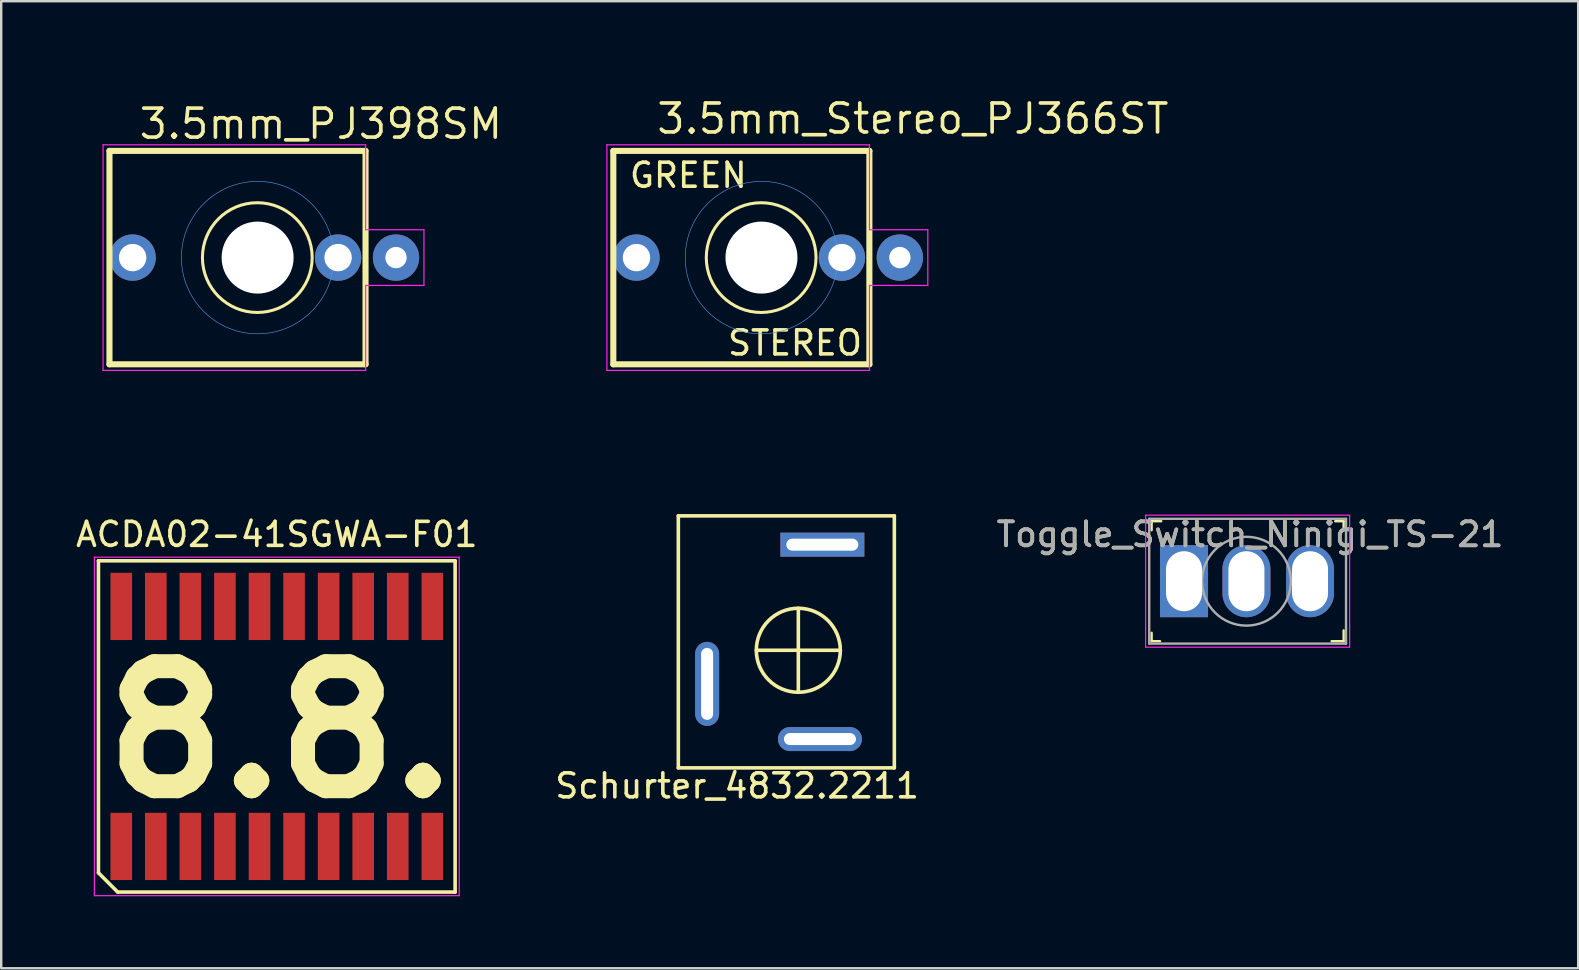
<source format=kicad_pcb>
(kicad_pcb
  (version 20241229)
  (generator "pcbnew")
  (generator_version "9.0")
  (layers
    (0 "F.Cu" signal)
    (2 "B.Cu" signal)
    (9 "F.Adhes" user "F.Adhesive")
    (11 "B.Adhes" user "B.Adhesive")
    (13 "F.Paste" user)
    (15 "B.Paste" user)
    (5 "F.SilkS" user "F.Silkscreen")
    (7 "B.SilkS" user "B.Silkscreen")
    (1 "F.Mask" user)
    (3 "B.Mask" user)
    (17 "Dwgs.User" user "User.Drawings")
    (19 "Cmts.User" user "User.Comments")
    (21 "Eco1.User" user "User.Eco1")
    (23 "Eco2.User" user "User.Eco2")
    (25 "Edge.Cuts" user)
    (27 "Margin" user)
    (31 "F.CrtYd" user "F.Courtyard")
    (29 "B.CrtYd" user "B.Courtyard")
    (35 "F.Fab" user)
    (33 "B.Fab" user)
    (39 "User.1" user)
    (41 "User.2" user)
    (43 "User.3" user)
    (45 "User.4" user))
  (footprint "3.5mm_PJ398SM"
    (layer "F.Cu")
    (at 7.683 7.682)
    (property "Reference" "3.5mm_PJ398SM" (at -5.017 -4.866 0) (layer "F.SilkS") (effects (font (size 1.206 1.206) (thickness 0.152)) (justify left bottom)))
    (attr through_hole)
    (fp_line (start -6.172 -4.445) (end -6.172 4.445) (stroke (width 0.254) (type solid)) (layer "F.SilkS"))
    (fp_line (start -6.172 4.445) (end 4.496 4.445) (stroke (width 0.254) (type solid)) (layer "F.SilkS"))
    (fp_line (start 4.496 -4.445) (end -6.172 -4.445) (stroke (width 0.254) (type solid)) (layer "F.SilkS"))
    (fp_line (start 4.496 4.445) (end 4.496 -4.445) (stroke (width 0.254) (type solid)) (layer "F.SilkS"))
    (fp_circle (center -0.013 0) (end 2.273 0) (stroke (width 0.127) (type solid)) (fill no) (layer "F.SilkS"))
    (fp_circle (center 0 0) (end 3.175 0) (stroke (width 0.025) (type solid)) (fill no) (layer "Cmts.User"))
    (fp_circle (center 0.000163 0.002) (end 7.62 0.002) (stroke (width 0.127) (type solid)) (fill no) (layer "Eco1.User"))
    (fp_line (start -6.44 -4.7) (end -6.44 4.7) (stroke (width 0.05) (type solid)) (layer "F.CrtYd"))
    (fp_line (start -6.44 -4.7) (end 4.5 -4.7) (stroke (width 0.05) (type solid)) (layer "F.CrtYd"))
    (fp_line (start -6.44 4.7) (end 4.5 4.7) (stroke (width 0.05) (type solid)) (layer "F.CrtYd"))
    (fp_line (start 4.5 -4.7) (end 4.5 -1.16) (stroke (width 0.05) (type solid)) (layer "F.CrtYd"))
    (fp_line (start 4.5 -1.16) (end 6.93 -1.16) (stroke (width 0.05) (type solid)) (layer "F.CrtYd"))
    (fp_line (start 4.5 1.16) (end 4.5 4.7) (stroke (width 0.05) (type solid)) (layer "F.CrtYd"))
    (fp_line (start 6.93 -1.16) (end 6.93 1.16) (stroke (width 0.05) (type solid)) (layer "F.CrtYd"))
    (fp_line (start 6.93 1.16) (end 4.5 1.16) (stroke (width 0.05) (type solid)) (layer "F.CrtYd"))
    (pad "" np_thru_hole circle (at 0 0) (size 3 3) (drill 3) (layers "*.Cu" "*.Mask"))
    (pad "S" thru_hole circle (at 5.766 0) (size 1.93 1.93) (drill 0.889) (layers "*.Cu" "*.Mask"))
    (pad "T" thru_hole circle (at -5.207 0) (size 1.93 1.93) (drill 1.143) (layers "*.Cu" "*.Mask"))
    (pad "TN" thru_hole circle (at 3.353 0) (size 1.93 1.93) (drill 1.143) (layers "*.Cu" "*.Mask")))
  (footprint "Toggle_Switch_Ninigi_TS-21"
    (layer "F.Cu")
    (at 46.28 21.165)
    (property "Reference" "Toggle_Switch_Ninigi_TS-21" (at 2.75 -1.95 0) (layer "F.SilkS") (effects (font (size 1 1) (thickness 0.15))))
    (attr through_hole)
    (fp_line (start -1.35 -2.5) (end -1.35 -2.125) (stroke (width 0.1) (type solid)) (layer "F.SilkS"))
    (fp_line (start -1.35 -2.5) (end -0.95 -2.5) (stroke (width 0.1) (type solid)) (layer "F.SilkS"))
    (fp_line (start -1.35 2.5) (end -1.35 2.15) (stroke (width 0.1) (type solid)) (layer "F.SilkS"))
    (fp_line (start -1.35 2.5) (end -1 2.5) (stroke (width 0.1) (type solid)) (layer "F.SilkS"))
    (fp_line (start 6.3 -2.5) (end 6.65 -2.5) (stroke (width 0.1) (type solid)) (layer "F.SilkS"))
    (fp_line (start 6.65 -2.5) (end 6.65 -2.2) (stroke (width 0.1) (type solid)) (layer "F.SilkS"))
    (fp_line (start 6.65 2.5) (end 6.15 2.5) (stroke (width 0.1) (type solid)) (layer "F.SilkS"))
    (fp_line (start 6.65 2.5) (end 6.65 2.05) (stroke (width 0.1) (type solid)) (layer "F.SilkS"))
    (fp_line (start -1.6 -2.75) (end 6.9 -2.75) (stroke (width 0.05) (type solid)) (layer "F.CrtYd"))
    (fp_line (start -1.6 2.75) (end -1.6 -2.75) (stroke (width 0.05) (type solid)) (layer "F.CrtYd"))
    (fp_line (start 6.9 -2.75) (end 6.9 2.75) (stroke (width 0.05) (type solid)) (layer "F.CrtYd"))
    (fp_line (start 6.9 2.75) (end -1.6 2.75) (stroke (width 0.05) (type solid)) (layer "F.CrtYd"))
    (fp_line (start -1.45 -2.6) (end -1.45 2.6) (stroke (width 0.1) (type solid)) (layer "F.Fab"))
    (fp_line (start -1.45 -2.6) (end 6.75 -2.6) (stroke (width 0.1) (type solid)) (layer "F.Fab"))
    (fp_line (start -1.45 2.6) (end 6.75 2.6) (stroke (width 0.1) (type solid)) (layer "F.Fab"))
    (fp_line (start 6.75 2.6) (end 6.75 -2.6) (stroke (width 0.1) (type solid)) (layer "F.Fab"))
    (fp_circle (center 2.6 0) (end 4.45 0) (stroke (width 0.1) (type solid)) (fill no) (layer "F.Fab"))
    (fp_text user "${REFERENCE}" (at 2.75 -1.95 0) (layer "F.Fab") (effects (font (size 1 1) (thickness 0.15))))
    (pad "1" thru_hole rect (at 0 0) (size 2 3) (drill oval 1.5 2.5) (layers "*.Cu" "*.Mask"))
    (pad "2" thru_hole oval (at 2.6 0) (size 2 3) (drill oval 1.5 2.5) (layers "*.Cu" "*.Mask"))
    (pad "3" thru_hole oval (at 5.25 0) (size 2 3) (drill oval 1.5 2.5) (layers "*.Cu" "*.Mask")))
  (footprint "ACDA02-41SGWA-F01"
    (layer "F.Cu")
    (at 1.497 32.295)
    (property "Reference" "ACDA02-41SGWA-F01" (at 6.985 -13.08 180) (layer "F.SilkS") (effects (font (size 1 1) (thickness 0.15))))
    (attr smd)
    (fp_line (start -0.445 -11.98) (end 14.415 -11.98) (stroke (width 0.15) (type solid)) (layer "F.SilkS"))
    (fp_line (start -0.445 1.02) (end -0.445 -11.98) (stroke (width 0.15) (type solid)) (layer "F.SilkS"))
    (fp_line (start 0.355 1.82) (end -0.445 1.02) (stroke (width 0.15) (type solid)) (layer "F.SilkS"))
    (fp_line (start 14.415 -11.98) (end 14.415 1.82) (stroke (width 0.15) (type solid)) (layer "F.SilkS"))
    (fp_line (start 14.415 1.82) (end 0.355 1.82) (stroke (width 0.15) (type solid)) (layer "F.SilkS"))
    (fp_line (start -0.615 -12.13) (end 14.585 -12.13) (stroke (width 0.05) (type solid)) (layer "F.CrtYd"))
    (fp_line (start -0.615 1.97) (end -0.615 -12.13) (stroke (width 0.05) (type solid)) (layer "F.CrtYd"))
    (fp_line (start 14.585 -12.13) (end 14.585 1.97) (stroke (width 0.05) (type solid)) (layer "F.CrtYd"))
    (fp_line (start 14.585 1.97) (end -0.615 1.97) (stroke (width 0.05) (type solid)) (layer "F.CrtYd"))
    (fp_text user "8.8." (at 7.125 -4.85 0) (layer "F.SilkS") (effects (font (size 5 5) (thickness 1))))
    (pad "1" smd rect (at 0.505 -0.08) (size 0.9 2.8) (layers "F.Cu" "F.Mask" "F.Paste"))
    (pad "2" smd rect (at 1.945 -0.08) (size 0.9 2.8) (layers "F.Cu" "F.Mask" "F.Paste"))
    (pad "3" smd rect (at 3.385 -0.08) (size 0.9 2.8) (layers "F.Cu" "F.Mask" "F.Paste"))
    (pad "4" smd rect (at 4.825 -0.08) (size 0.9 2.8) (layers "F.Cu" "F.Mask" "F.Paste"))
    (pad "5" smd rect (at 6.265 -0.08) (size 0.9 2.8) (layers "F.Cu" "F.Mask" "F.Paste"))
    (pad "6" smd rect (at 7.705 -0.08) (size 0.9 2.8) (layers "F.Cu" "F.Mask" "F.Paste"))
    (pad "7" smd rect (at 9.145 -0.08) (size 0.9 2.8) (layers "F.Cu" "F.Mask" "F.Paste"))
    (pad "8" smd rect (at 10.585 -0.08) (size 0.9 2.8) (layers "F.Cu" "F.Mask" "F.Paste"))
    (pad "9" smd rect (at 12.025 -0.08) (size 0.9 2.8) (layers "F.Cu" "F.Mask" "F.Paste"))
    (pad "10" smd rect (at 13.465 -0.08) (size 0.9 2.8) (layers "F.Cu" "F.Mask" "F.Paste"))
    (pad "11" smd rect (at 13.465 -10.08) (size 0.9 2.8) (layers "F.Cu" "F.Mask" "F.Paste"))
    (pad "12" smd rect (at 12.025 -10.08) (size 0.9 2.8) (layers "F.Cu" "F.Mask" "F.Paste"))
    (pad "13" smd rect (at 10.585 -10.08) (size 0.9 2.8) (layers "F.Cu" "F.Mask" "F.Paste"))
    (pad "14" smd rect (at 9.145 -10.08) (size 0.9 2.8) (layers "F.Cu" "F.Mask" "F.Paste"))
    (pad "15" smd rect (at 7.705 -10.08) (size 0.9 2.8) (layers "F.Cu" "F.Mask" "F.Paste"))
    (pad "16" smd rect (at 6.265 -10.08) (size 0.9 2.8) (layers "F.Cu" "F.Mask" "F.Paste"))
    (pad "17" smd rect (at 4.825 -10.08) (size 0.9 2.8) (layers "F.Cu" "F.Mask" "F.Paste"))
    (pad "18" smd rect (at 3.385 -10.08) (size 0.9 2.8) (layers "F.Cu" "F.Mask" "F.Paste"))
    (pad "19" smd rect (at 1.945 -10.08) (size 0.9 2.8) (layers "F.Cu" "F.Mask" "F.Paste"))
    (pad "20" smd rect (at 0.505 -10.08) (size 0.9 2.8) (layers "F.Cu" "F.Mask" "F.Paste")))
  (footprint "3.5mm_Stereo_PJ366ST"
    (layer "F.Cu")
    (at 28.675 7.682)
    (property "Reference" "3.5mm_Stereo_PJ366ST" (at -4.445 -5.08 0) (layer "F.SilkS") (effects (font (size 1.206 1.206) (thickness 0.152)) (justify left bottom)))
    (attr through_hole)
    (fp_line (start -6.172 -4.445) (end -6.172 4.445) (stroke (width 0.254) (type solid)) (layer "F.SilkS"))
    (fp_line (start -6.172 4.445) (end 4.496 4.445) (stroke (width 0.254) (type solid)) (layer "F.SilkS"))
    (fp_line (start 4.496 -4.445) (end -6.172 -4.445) (stroke (width 0.254) (type solid)) (layer "F.SilkS"))
    (fp_line (start 4.496 4.445) (end 4.496 -4.445) (stroke (width 0.254) (type solid)) (layer "F.SilkS"))
    (fp_circle (center -0.013 0) (end 2.273 0) (stroke (width 0.127) (type solid)) (fill no) (layer "F.SilkS"))
    (fp_circle (center 0 0) (end 3.175 0) (stroke (width 0.025) (type solid)) (fill no) (layer "Cmts.User"))
    (fp_circle (center 0.000163 0.002) (end 7.62 0.002) (stroke (width 0.127) (type solid)) (fill no) (layer "Eco1.User"))
    (fp_line (start -6.44 -4.7) (end -6.44 4.7) (stroke (width 0.05) (type solid)) (layer "F.CrtYd"))
    (fp_line (start -6.44 -4.7) (end 4.5 -4.7) (stroke (width 0.05) (type solid)) (layer "F.CrtYd"))
    (fp_line (start -6.44 4.7) (end 4.5 4.7) (stroke (width 0.05) (type solid)) (layer "F.CrtYd"))
    (fp_line (start 4.5 -4.7) (end 4.5 -1.16) (stroke (width 0.05) (type solid)) (layer "F.CrtYd"))
    (fp_line (start 4.5 -1.16) (end 6.93 -1.16) (stroke (width 0.05) (type solid)) (layer "F.CrtYd"))
    (fp_line (start 4.5 1.16) (end 4.5 4.7) (stroke (width 0.05) (type solid)) (layer "F.CrtYd"))
    (fp_line (start 6.93 -1.16) (end 6.93 1.16) (stroke (width 0.05) (type solid)) (layer "F.CrtYd"))
    (fp_line (start 6.93 1.16) (end 4.5 1.16) (stroke (width 0.05) (type solid)) (layer "F.CrtYd"))
    (fp_text user "STEREO" (at 1.397 3.556 0) (layer "F.SilkS") (effects (font (size 1 1) (thickness 0.15))))
    (fp_text user "GREEN" (at -3.048 -3.429 0) (layer "F.SilkS") (effects (font (size 1 1) (thickness 0.15))))
    (pad "" np_thru_hole circle (at 0 0) (size 3 3) (drill 3) (layers "*.Cu" "*.Mask"))
    (pad "R" thru_hole circle (at 3.353 0) (size 1.93 1.93) (drill 1.143) (layers "*.Cu" "*.Mask"))
    (pad "S" thru_hole circle (at 5.766 0) (size 1.93 1.93) (drill 0.889) (layers "*.Cu" "*.Mask"))
    (pad "T" thru_hole circle (at -5.207 0) (size 1.93 1.93) (drill 1.143) (layers "*.Cu" "*.Mask")))
  (footprint "Schurter_4832.2211"
    (layer "F.Cu")
    (at 30.211 24.042)
    (property "Reference" "Schurter_4832.2211" (at -2.55 5.65 0) (layer "F.SilkS") (effects (font (size 1 1) (thickness 0.15))))
    (attr through_hole)
    (fp_line (start -5 -5.6) (end -5 4.9) (stroke (width 0.15) (type solid)) (layer "F.SilkS"))
    (fp_line (start -5 -5.6) (end 4 -5.6) (stroke (width 0.15) (type solid)) (layer "F.SilkS"))
    (fp_line (start -5 4.9) (end 4 4.9) (stroke (width 0.15) (type solid)) (layer "F.SilkS"))
    (fp_line (start -1.75 0) (end 1.75 0) (stroke (width 0.15) (type solid)) (layer "F.SilkS"))
    (fp_line (start 0 -1.75) (end 0 1.75) (stroke (width 0.15) (type solid)) (layer "F.SilkS"))
    (fp_line (start 4 -5.6) (end 4 4.9) (stroke (width 0.15) (type solid)) (layer "F.SilkS"))
    (fp_circle (center 0 0) (end 1.75 0) (stroke (width 0.15) (type solid)) (fill no) (layer "F.SilkS"))
    (pad "S" thru_hole oval (at 0.9 3.7) (size 3.5 1) (drill oval 3 0.5) (layers "*.Cu" "*.Mask"))
    (pad "T" thru_hole rect (at 1 -4.4) (size 3.5 1) (drill oval 3 0.5) (layers "*.Cu" "*.Mask"))
    (pad "TN" thru_hole oval (at -3.8 1.4) (size 1 3.5) (drill oval 0.5 3) (layers "*.Cu" "*.Mask")))
  (gr_rect
    (start -3 -3)
    (end 62.702 37.29)
    (stroke (width 0.1) (type default))
    (fill no)
    (layer "Edge.Cuts")))
</source>
